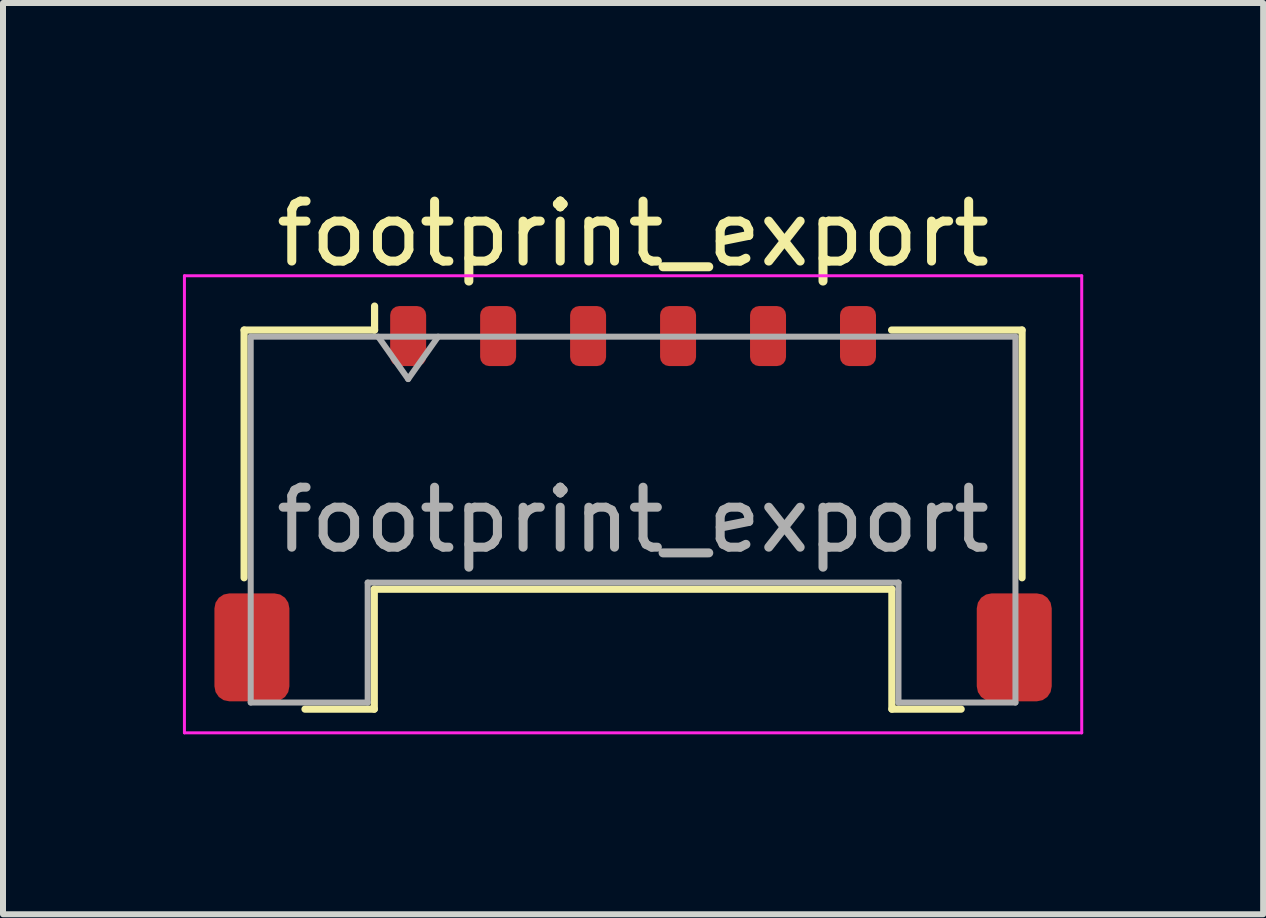
<source format=kicad_pcb>
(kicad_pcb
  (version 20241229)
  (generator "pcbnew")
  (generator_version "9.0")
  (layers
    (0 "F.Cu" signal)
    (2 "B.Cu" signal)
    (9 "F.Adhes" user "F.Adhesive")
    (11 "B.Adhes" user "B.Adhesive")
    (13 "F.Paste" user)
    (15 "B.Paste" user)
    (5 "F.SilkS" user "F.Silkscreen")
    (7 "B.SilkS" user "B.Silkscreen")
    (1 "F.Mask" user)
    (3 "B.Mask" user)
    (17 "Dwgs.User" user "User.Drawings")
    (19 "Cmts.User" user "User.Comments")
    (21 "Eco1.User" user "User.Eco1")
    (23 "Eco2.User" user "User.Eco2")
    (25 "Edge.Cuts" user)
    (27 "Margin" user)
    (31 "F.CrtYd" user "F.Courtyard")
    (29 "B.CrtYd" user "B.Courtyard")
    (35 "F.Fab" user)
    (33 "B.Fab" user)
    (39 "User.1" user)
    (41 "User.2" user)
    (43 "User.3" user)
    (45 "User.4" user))
  (footprint "footprint_export"
    (layer "F.Cu")
    (at 7.505 5.348)
    (property "Reference" "footprint_export" (at 0 -4.5 0) (layer "F.SilkS") (effects (font (size 1 1) (thickness 0.15))))
    (attr smd)
    (fp_line (start -6.485 -2.895) (end -4.31 -2.895) (stroke (width 0.12) (type solid)) (layer "F.SilkS"))
    (fp_line (start -6.485 1.235) (end -6.485 -2.895) (stroke (width 0.12) (type solid)) (layer "F.SilkS"))
    (fp_line (start -5.47 3.425) (end -4.315 3.425) (stroke (width 0.12) (type solid)) (layer "F.SilkS"))
    (fp_line (start -4.315 1.425) (end 4.315 1.425) (stroke (width 0.12) (type solid)) (layer "F.SilkS"))
    (fp_line (start -4.315 3.425) (end -4.315 1.425) (stroke (width 0.12) (type solid)) (layer "F.SilkS"))
    (fp_line (start -4.31 -2.895) (end -4.31 -3.295) (stroke (width 0.12) (type solid)) (layer "F.SilkS"))
    (fp_line (start 4.315 1.425) (end 4.315 3.425) (stroke (width 0.12) (type solid)) (layer "F.SilkS"))
    (fp_line (start 4.315 3.425) (end 5.47 3.425) (stroke (width 0.12) (type solid)) (layer "F.SilkS"))
    (fp_line (start 6.485 -2.895) (end 4.31 -2.895) (stroke (width 0.12) (type solid)) (layer "F.SilkS"))
    (fp_line (start 6.485 1.235) (end 6.485 -2.895) (stroke (width 0.12) (type solid)) (layer "F.SilkS"))
    (fp_line (start -7.48 -3.8) (end -7.48 3.82) (stroke (width 0.05) (type solid)) (layer "F.CrtYd"))
    (fp_line (start -7.48 3.82) (end 7.48 3.82) (stroke (width 0.05) (type solid)) (layer "F.CrtYd"))
    (fp_line (start 7.48 -3.8) (end -7.48 -3.8) (stroke (width 0.05) (type solid)) (layer "F.CrtYd"))
    (fp_line (start 7.48 3.82) (end 7.48 -3.8) (stroke (width 0.05) (type solid)) (layer "F.CrtYd"))
    (fp_line (start -6.375 -2.785) (end -6.375 3.315) (stroke (width 0.1) (type solid)) (layer "F.Fab"))
    (fp_line (start -6.375 -2.785) (end 6.375 -2.785) (stroke (width 0.1) (type solid)) (layer "F.Fab"))
    (fp_line (start -6.375 3.315) (end -4.425 3.315) (stroke (width 0.1) (type solid)) (layer "F.Fab"))
    (fp_line (start -4.425 1.315) (end 4.425 1.315) (stroke (width 0.1) (type solid)) (layer "F.Fab"))
    (fp_line (start -4.425 3.315) (end -4.425 1.315) (stroke (width 0.1) (type solid)) (layer "F.Fab"))
    (fp_line (start -4.25 -2.785) (end -3.75 -2.078) (stroke (width 0.1) (type solid)) (layer "F.Fab"))
    (fp_line (start -3.75 -2.078) (end -3.25 -2.785) (stroke (width 0.1) (type solid)) (layer "F.Fab"))
    (fp_line (start 4.425 1.315) (end 4.425 3.315) (stroke (width 0.1) (type solid)) (layer "F.Fab"))
    (fp_line (start 4.425 3.315) (end 6.375 3.315) (stroke (width 0.1) (type solid)) (layer "F.Fab"))
    (fp_line (start 6.375 -2.785) (end 6.375 3.315) (stroke (width 0.1) (type solid)) (layer "F.Fab"))
    (fp_text user "${REFERENCE}" (at 0 0.27 0) (layer "F.Fab") (effects (font (size 1 1) (thickness 0.15))))
    (pad "1" smd roundrect (at -3.75 -2.795) (size 0.6 1) (layers "F.Cu" "F.Mask" "F.Paste") (roundrect_rratio 0.25))
    (pad "2" smd roundrect (at -2.25 -2.795) (size 0.6 1) (layers "F.Cu" "F.Mask" "F.Paste") (roundrect_rratio 0.25))
    (pad "3" smd roundrect (at -0.75 -2.795) (size 0.6 1) (layers "F.Cu" "F.Mask" "F.Paste") (roundrect_rratio 0.25))
    (pad "4" smd roundrect (at 0.75 -2.795) (size 0.6 1) (layers "F.Cu" "F.Mask" "F.Paste") (roundrect_rratio 0.25))
    (pad "5" smd roundrect (at 2.25 -2.795) (size 0.6 1) (layers "F.Cu" "F.Mask" "F.Paste") (roundrect_rratio 0.25))
    (pad "6" smd roundrect (at 3.75 -2.795) (size 0.6 1) (layers "F.Cu" "F.Mask" "F.Paste") (roundrect_rratio 0.25))
    (pad "MP" smd roundrect (at -6.355 2.395) (size 1.25 1.8) (layers "F.Cu" "F.Mask" "F.Paste") (roundrect_rratio 0.2))
    (pad "MP" smd roundrect (at 6.355 2.395) (size 1.25 1.8) (layers "F.Cu" "F.Mask" "F.Paste") (roundrect_rratio 0.2)))
  (gr_rect
    (start -3 -3)
    (end 18.01 12.193)
    (stroke (width 0.1) (type default))
    (fill no)
    (layer "Edge.Cuts")))
</source>
